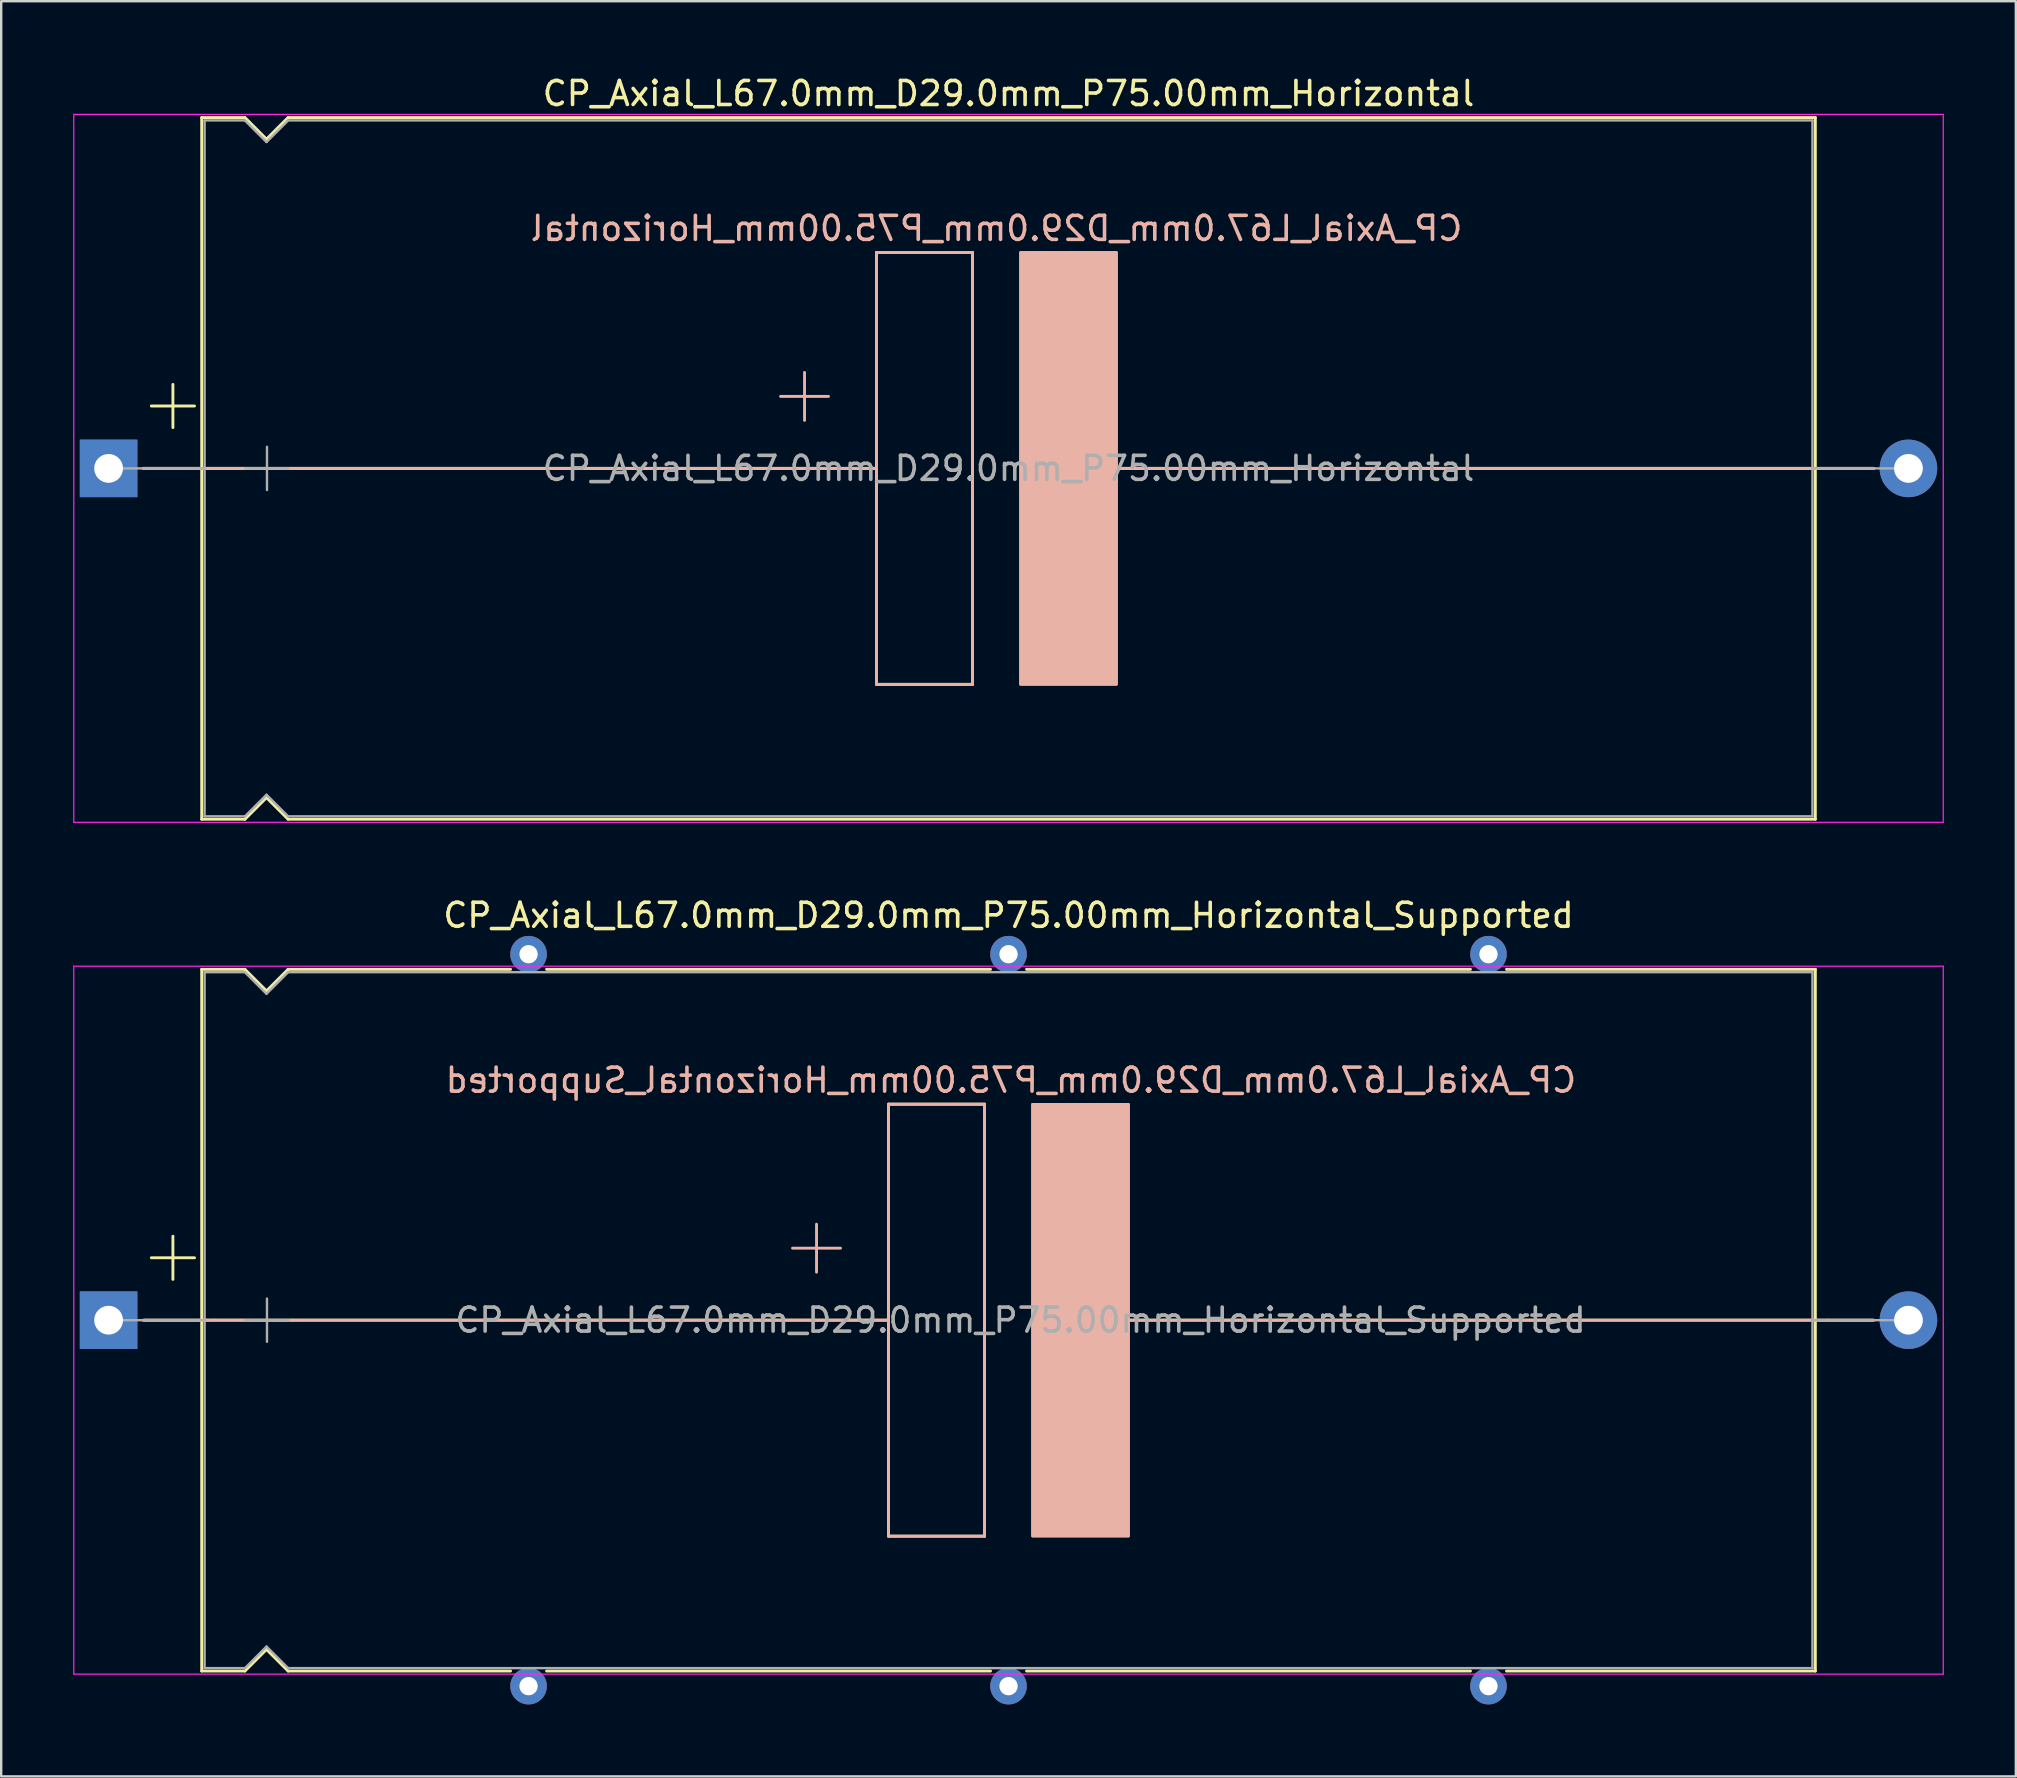
<source format=kicad_pcb>
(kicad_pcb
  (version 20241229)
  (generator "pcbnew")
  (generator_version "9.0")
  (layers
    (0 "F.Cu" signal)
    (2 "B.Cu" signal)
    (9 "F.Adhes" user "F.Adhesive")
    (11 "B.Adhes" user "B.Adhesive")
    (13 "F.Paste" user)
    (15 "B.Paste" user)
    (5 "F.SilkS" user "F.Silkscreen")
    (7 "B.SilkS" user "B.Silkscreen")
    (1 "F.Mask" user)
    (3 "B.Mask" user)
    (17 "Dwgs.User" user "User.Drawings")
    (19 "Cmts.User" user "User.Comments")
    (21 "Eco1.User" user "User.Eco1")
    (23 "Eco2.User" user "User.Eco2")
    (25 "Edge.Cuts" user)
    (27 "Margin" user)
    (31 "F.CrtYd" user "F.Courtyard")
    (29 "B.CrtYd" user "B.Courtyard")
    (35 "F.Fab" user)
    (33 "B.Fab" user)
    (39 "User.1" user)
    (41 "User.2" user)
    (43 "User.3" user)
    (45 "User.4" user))
  (footprint "CP_Axial_L67.0mm_D29.0mm_P75.00mm_Horizontal_Supported"
    (layer "F.Cu")
    (at 1.475 51.962)
    (property "Reference" "CP_Axial_L67.0mm_D29.0mm_P75.00mm_Horizontal_Supported" (at 37.5 -16.87 0) (layer "F.SilkS") (effects (font (size 1 1) (thickness 0.15))))
    (fp_line (start 1.44 0) (end 3.88 0) (stroke (width 0.12) (type solid)) (layer "F.SilkS"))
    (fp_line (start 1.78 -2.6) (end 3.58 -2.6) (stroke (width 0.12) (type solid)) (layer "F.SilkS"))
    (fp_line (start 2.68 -3.5) (end 2.68 -1.7) (stroke (width 0.12) (type solid)) (layer "F.SilkS"))
    (fp_line (start 3.88 -14.62) (end 3.88 14.62) (stroke (width 0.12) (type solid)) (layer "F.SilkS"))
    (fp_line (start 3.88 -14.62) (end 5.68 -14.62) (stroke (width 0.12) (type solid)) (layer "F.SilkS"))
    (fp_line (start 3.88 0) (end 32.5 0) (stroke (width 0.12) (type solid)) (layer "F.SilkS"))
    (fp_line (start 3.88 14.62) (end 5.68 14.62) (stroke (width 0.12) (type solid)) (layer "F.SilkS"))
    (fp_line (start 5.68 -14.62) (end 6.58 -13.72) (stroke (width 0.12) (type solid)) (layer "F.SilkS"))
    (fp_line (start 5.68 14.62) (end 6.58 13.72) (stroke (width 0.12) (type solid)) (layer "F.SilkS"))
    (fp_line (start 6.58 -13.72) (end 7.48 -14.62) (stroke (width 0.12) (type solid)) (layer "F.SilkS"))
    (fp_line (start 6.58 13.72) (end 7.48 14.62) (stroke (width 0.12) (type solid)) (layer "F.SilkS"))
    (fp_line (start 7.48 -14.62) (end 16.75 -14.62) (stroke (width 0.12) (type solid)) (layer "F.SilkS"))
    (fp_line (start 7.48 14.62) (end 16.75 14.62) (stroke (width 0.12) (type solid)) (layer "F.SilkS"))
    (fp_line (start 18.25 -14.62) (end 36.75 -14.62) (stroke (width 0.12) (type solid)) (layer "F.SilkS"))
    (fp_line (start 18.25 14.62) (end 36.75 14.62) (stroke (width 0.12) (type solid)) (layer "F.SilkS"))
    (fp_line (start 32.5 -9) (end 36.5 -9) (stroke (width 0.12) (type solid)) (layer "F.SilkS"))
    (fp_line (start 32.5 9) (end 32.5 -9) (stroke (width 0.12) (type solid)) (layer "F.SilkS"))
    (fp_line (start 36.5 -9) (end 36.5 9) (stroke (width 0.12) (type solid)) (layer "F.SilkS"))
    (fp_line (start 36.5 9) (end 32.5 9) (stroke (width 0.12) (type solid)) (layer "F.SilkS"))
    (fp_line (start 38.25 -14.62) (end 56.75 -14.62) (stroke (width 0.12) (type solid)) (layer "F.SilkS"))
    (fp_line (start 38.25 14.62) (end 56.75 14.62) (stroke (width 0.12) (type solid)) (layer "F.SilkS"))
    (fp_line (start 42 0) (end 71.12 0) (stroke (width 0.12) (type solid)) (layer "F.SilkS"))
    (fp_line (start 58.25 -14.62) (end 71.12 -14.62) (stroke (width 0.12) (type solid)) (layer "F.SilkS"))
    (fp_line (start 58.25 14.62) (end 71.12 14.62) (stroke (width 0.12) (type solid)) (layer "F.SilkS"))
    (fp_line (start 71.12 -14.62) (end 71.12 14.62) (stroke (width 0.12) (type solid)) (layer "F.SilkS"))
    (fp_line (start 73.56 0) (end 71.12 0) (stroke (width 0.12) (type solid)) (layer "F.SilkS"))
    (fp_poly (pts (xy 42.5 9) (xy 38.5 9) (xy 38.5 -9) (xy 42.5 -9)) (stroke (width 0.1) (type solid)) (fill yes) (layer "F.SilkS"))
    (fp_line (start 1.5 0) (end 4.38 0) (stroke (width 0.12) (type solid)) (layer "B.SilkS"))
    (fp_line (start 4.38 0) (end 32.5 0) (stroke (width 0.12) (type solid)) (layer "B.SilkS"))
    (fp_line (start 29.5 -2) (end 29.5 -4) (stroke (width 0.12) (type solid)) (layer "B.SilkS"))
    (fp_line (start 30.5 -3) (end 28.5 -3) (stroke (width 0.12) (type solid)) (layer "B.SilkS"))
    (fp_line (start 32.5 -9) (end 36.5 -9) (stroke (width 0.12) (type solid)) (layer "B.SilkS"))
    (fp_line (start 32.5 9) (end 32.5 -9) (stroke (width 0.12) (type solid)) (layer "B.SilkS"))
    (fp_line (start 36.5 -9) (end 36.5 9) (stroke (width 0.12) (type solid)) (layer "B.SilkS"))
    (fp_line (start 36.5 9) (end 32.5 9) (stroke (width 0.12) (type solid)) (layer "B.SilkS"))
    (fp_line (start 42.5 0) (end 71.62 0) (stroke (width 0.12) (type solid)) (layer "B.SilkS"))
    (fp_line (start 73.5 0) (end 71.62 0) (stroke (width 0.12) (type solid)) (layer "B.SilkS"))
    (fp_poly (pts (xy 42.5 9) (xy 38.5 9) (xy 38.5 -9) (xy 42.5 -9)) (stroke (width 0.1) (type solid)) (fill yes) (layer "B.SilkS"))
    (fp_line (start -1.45 -14.75) (end -1.45 14.75) (stroke (width 0.05) (type solid)) (layer "F.CrtYd"))
    (fp_line (start -1.45 14.75) (end 76.45 14.75) (stroke (width 0.05) (type solid)) (layer "F.CrtYd"))
    (fp_line (start 76.45 -14.75) (end -1.45 -14.75) (stroke (width 0.05) (type solid)) (layer "F.CrtYd"))
    (fp_line (start 76.45 14.75) (end 76.45 -14.75) (stroke (width 0.05) (type solid)) (layer "F.CrtYd"))
    (fp_line (start 0 0) (end 4 0) (stroke (width 0.1) (type solid)) (layer "F.Fab"))
    (fp_line (start 4 -14.5) (end 4 14.5) (stroke (width 0.1) (type solid)) (layer "F.Fab"))
    (fp_line (start 4 -14.5) (end 5.68 -14.5) (stroke (width 0.1) (type solid)) (layer "F.Fab"))
    (fp_line (start 4 14.5) (end 5.68 14.5) (stroke (width 0.1) (type solid)) (layer "F.Fab"))
    (fp_line (start 5.68 -14.5) (end 6.58 -13.6) (stroke (width 0.1) (type solid)) (layer "F.Fab"))
    (fp_line (start 5.68 14.5) (end 6.58 13.6) (stroke (width 0.1) (type solid)) (layer "F.Fab"))
    (fp_line (start 5.7 0) (end 7.5 0) (stroke (width 0.1) (type solid)) (layer "F.Fab"))
    (fp_line (start 6.58 -13.6) (end 7.48 -14.5) (stroke (width 0.1) (type solid)) (layer "F.Fab"))
    (fp_line (start 6.58 13.6) (end 7.48 14.5) (stroke (width 0.1) (type solid)) (layer "F.Fab"))
    (fp_line (start 6.6 -0.9) (end 6.6 0.9) (stroke (width 0.1) (type solid)) (layer "F.Fab"))
    (fp_line (start 7.48 -14.5) (end 71 -14.5) (stroke (width 0.1) (type solid)) (layer "F.Fab"))
    (fp_line (start 7.48 14.5) (end 71 14.5) (stroke (width 0.1) (type solid)) (layer "F.Fab"))
    (fp_line (start 71 -14.5) (end 71 14.5) (stroke (width 0.1) (type solid)) (layer "F.Fab"))
    (fp_line (start 75 0) (end 71 0) (stroke (width 0.1) (type solid)) (layer "F.Fab"))
    (fp_text user "${REFERENCE}" (at 37.6 -10 0) (layer "B.SilkS") (effects (font (size 1 1) (thickness 0.15)) (justify mirror)))
    (fp_text user "${REFERENCE}" (at 38 0 0) (layer "F.Fab") (effects (font (size 1 1) (thickness 0.15))))
    (pad "" thru_hole circle (at 17.5 -15.25) (size 1.524 1.524) (drill 0.762) (layers "*.Cu" "*.Mask"))
    (pad "" thru_hole circle (at 17.5 15.25) (size 1.524 1.524) (drill 0.762) (layers "*.Cu" "*.Mask"))
    (pad "" thru_hole circle (at 37.5 -15.25) (size 1.524 1.524) (drill 0.762) (layers "*.Cu" "*.Mask"))
    (pad "" thru_hole circle (at 37.5 15.25) (size 1.524 1.524) (drill 0.762) (layers "*.Cu" "*.Mask"))
    (pad "" thru_hole circle (at 57.5 -15.25) (size 1.524 1.524) (drill 0.762) (layers "*.Cu" "*.Mask"))
    (pad "" thru_hole circle (at 57.5 15.25) (size 1.524 1.524) (drill 0.762) (layers "*.Cu" "*.Mask"))
    (pad "1" thru_hole rect (at 0 0) (size 2.4 2.4) (drill 1.2) (layers "*.Cu" "*.Mask"))
    (pad "2" thru_hole oval (at 75 0) (size 2.4 2.4) (drill 1.2) (layers "*.Cu" "*.Mask")))
  (footprint "CP_Axial_L67.0mm_D29.0mm_P75.00mm_Horizontal"
    (layer "F.Cu")
    (at 1.475 16.468)
    (property "Reference" "CP_Axial_L67.0mm_D29.0mm_P75.00mm_Horizontal" (at 37.5 -15.62 0) (layer "F.SilkS") (effects (font (size 1 1) (thickness 0.15))))
    (fp_line (start 1.44 0) (end 3.88 0) (stroke (width 0.12) (type solid)) (layer "F.SilkS"))
    (fp_line (start 1.78 -2.6) (end 3.58 -2.6) (stroke (width 0.12) (type solid)) (layer "F.SilkS"))
    (fp_line (start 2.68 -3.5) (end 2.68 -1.7) (stroke (width 0.12) (type solid)) (layer "F.SilkS"))
    (fp_line (start 3.873 0) (end 32 0) (stroke (width 0.12) (type solid)) (layer "F.SilkS"))
    (fp_line (start 3.88 -14.62) (end 3.88 14.62) (stroke (width 0.12) (type solid)) (layer "F.SilkS"))
    (fp_line (start 3.88 -14.62) (end 5.68 -14.62) (stroke (width 0.12) (type solid)) (layer "F.SilkS"))
    (fp_line (start 3.88 14.62) (end 5.68 14.62) (stroke (width 0.12) (type solid)) (layer "F.SilkS"))
    (fp_line (start 5.68 -14.62) (end 6.58 -13.72) (stroke (width 0.12) (type solid)) (layer "F.SilkS"))
    (fp_line (start 5.68 14.62) (end 6.58 13.72) (stroke (width 0.12) (type solid)) (layer "F.SilkS"))
    (fp_line (start 6.58 -13.72) (end 7.48 -14.62) (stroke (width 0.12) (type solid)) (layer "F.SilkS"))
    (fp_line (start 6.58 13.72) (end 7.48 14.62) (stroke (width 0.12) (type solid)) (layer "F.SilkS"))
    (fp_line (start 7.48 -14.62) (end 71.12 -14.62) (stroke (width 0.12) (type solid)) (layer "F.SilkS"))
    (fp_line (start 7.48 14.62) (end 71.12 14.62) (stroke (width 0.12) (type solid)) (layer "F.SilkS"))
    (fp_line (start 32 -9) (end 36 -9) (stroke (width 0.12) (type solid)) (layer "F.SilkS"))
    (fp_line (start 32 9) (end 32 -9) (stroke (width 0.12) (type solid)) (layer "F.SilkS"))
    (fp_line (start 36 -9) (end 36 9) (stroke (width 0.12) (type solid)) (layer "F.SilkS"))
    (fp_line (start 36 9) (end 32 9) (stroke (width 0.12) (type solid)) (layer "F.SilkS"))
    (fp_line (start 42 0) (end 71.12 0) (stroke (width 0.12) (type solid)) (layer "F.SilkS"))
    (fp_line (start 71.12 -14.62) (end 71.12 14.62) (stroke (width 0.12) (type solid)) (layer "F.SilkS"))
    (fp_line (start 73.56 0) (end 71.12 0) (stroke (width 0.12) (type solid)) (layer "F.SilkS"))
    (fp_poly (pts (xy 42 9) (xy 38 9) (xy 38 -9) (xy 42 -9)) (stroke (width 0.1) (type solid)) (fill yes) (layer "F.SilkS"))
    (fp_line (start 1.44 0) (end 3.88 0) (stroke (width 0.12) (type solid)) (layer "B.SilkS"))
    (fp_line (start 3.88 0) (end 32 0) (stroke (width 0.12) (type solid)) (layer "B.SilkS"))
    (fp_line (start 29 -2) (end 29 -4) (stroke (width 0.12) (type solid)) (layer "B.SilkS"))
    (fp_line (start 30 -3) (end 28 -3) (stroke (width 0.12) (type solid)) (layer "B.SilkS"))
    (fp_line (start 32 -9) (end 36 -9) (stroke (width 0.12) (type solid)) (layer "B.SilkS"))
    (fp_line (start 32 9) (end 32 -9) (stroke (width 0.12) (type solid)) (layer "B.SilkS"))
    (fp_line (start 36 -9) (end 36 9) (stroke (width 0.12) (type solid)) (layer "B.SilkS"))
    (fp_line (start 36 9) (end 32 9) (stroke (width 0.12) (type solid)) (layer "B.SilkS"))
    (fp_line (start 42 0) (end 71.12 0) (stroke (width 0.12) (type solid)) (layer "B.SilkS"))
    (fp_line (start 73.56 0) (end 71.12 0) (stroke (width 0.12) (type solid)) (layer "B.SilkS"))
    (fp_poly (pts (xy 42 9) (xy 38 9) (xy 38 -9) (xy 42 -9)) (stroke (width 0.1) (type solid)) (fill yes) (layer "B.SilkS"))
    (fp_line (start -1.45 -14.75) (end -1.45 14.75) (stroke (width 0.05) (type solid)) (layer "F.CrtYd"))
    (fp_line (start -1.45 14.75) (end 76.45 14.75) (stroke (width 0.05) (type solid)) (layer "F.CrtYd"))
    (fp_line (start 76.45 -14.75) (end -1.45 -14.75) (stroke (width 0.05) (type solid)) (layer "F.CrtYd"))
    (fp_line (start 76.45 14.75) (end 76.45 -14.75) (stroke (width 0.05) (type solid)) (layer "F.CrtYd"))
    (fp_line (start 0 0) (end 4 0) (stroke (width 0.1) (type solid)) (layer "F.Fab"))
    (fp_line (start 4 -14.5) (end 4 14.5) (stroke (width 0.1) (type solid)) (layer "F.Fab"))
    (fp_line (start 4 -14.5) (end 5.68 -14.5) (stroke (width 0.1) (type solid)) (layer "F.Fab"))
    (fp_line (start 4 14.5) (end 5.68 14.5) (stroke (width 0.1) (type solid)) (layer "F.Fab"))
    (fp_line (start 5.68 -14.5) (end 6.58 -13.6) (stroke (width 0.1) (type solid)) (layer "F.Fab"))
    (fp_line (start 5.68 14.5) (end 6.58 13.6) (stroke (width 0.1) (type solid)) (layer "F.Fab"))
    (fp_line (start 5.7 0) (end 7.5 0) (stroke (width 0.1) (type solid)) (layer "F.Fab"))
    (fp_line (start 6.58 -13.6) (end 7.48 -14.5) (stroke (width 0.1) (type solid)) (layer "F.Fab"))
    (fp_line (start 6.58 13.6) (end 7.48 14.5) (stroke (width 0.1) (type solid)) (layer "F.Fab"))
    (fp_line (start 6.6 -0.9) (end 6.6 0.9) (stroke (width 0.1) (type solid)) (layer "F.Fab"))
    (fp_line (start 7.48 -14.5) (end 71 -14.5) (stroke (width 0.1) (type solid)) (layer "F.Fab"))
    (fp_line (start 7.48 14.5) (end 71 14.5) (stroke (width 0.1) (type solid)) (layer "F.Fab"))
    (fp_line (start 71 -14.5) (end 71 14.5) (stroke (width 0.1) (type solid)) (layer "F.Fab"))
    (fp_line (start 75 0) (end 71 0) (stroke (width 0.1) (type solid)) (layer "F.Fab"))
    (fp_text user "${REFERENCE}" (at 37 -10 0) (layer "B.SilkS") (effects (font (size 1 1) (thickness 0.15)) (justify mirror)))
    (fp_text user "${REFERENCE}" (at 37.5 0 0) (layer "F.Fab") (effects (font (size 1 1) (thickness 0.15))))
    (pad "1" thru_hole rect (at 0 0) (size 2.4 2.4) (drill 1.2) (layers "*.Cu" "*.Mask"))
    (pad "2" thru_hole oval (at 75 0) (size 2.4 2.4) (drill 1.2) (layers "*.Cu" "*.Mask")))
  (gr_rect
    (start -3 -3)
    (end 80.95 70.974)
    (stroke (width 0.1) (type default))
    (fill no)
    (layer "Edge.Cuts")))
</source>
